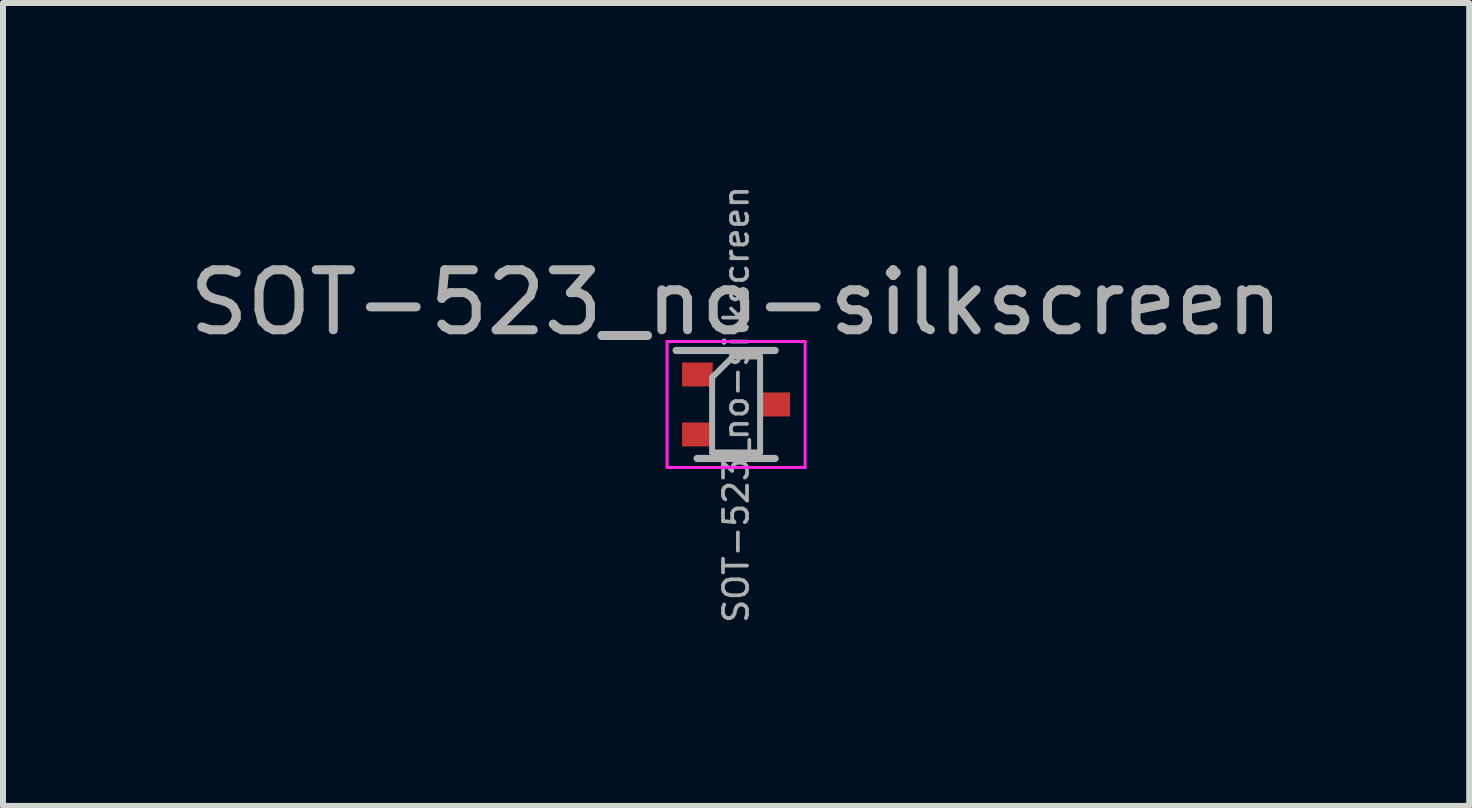
<source format=kicad_pcb>
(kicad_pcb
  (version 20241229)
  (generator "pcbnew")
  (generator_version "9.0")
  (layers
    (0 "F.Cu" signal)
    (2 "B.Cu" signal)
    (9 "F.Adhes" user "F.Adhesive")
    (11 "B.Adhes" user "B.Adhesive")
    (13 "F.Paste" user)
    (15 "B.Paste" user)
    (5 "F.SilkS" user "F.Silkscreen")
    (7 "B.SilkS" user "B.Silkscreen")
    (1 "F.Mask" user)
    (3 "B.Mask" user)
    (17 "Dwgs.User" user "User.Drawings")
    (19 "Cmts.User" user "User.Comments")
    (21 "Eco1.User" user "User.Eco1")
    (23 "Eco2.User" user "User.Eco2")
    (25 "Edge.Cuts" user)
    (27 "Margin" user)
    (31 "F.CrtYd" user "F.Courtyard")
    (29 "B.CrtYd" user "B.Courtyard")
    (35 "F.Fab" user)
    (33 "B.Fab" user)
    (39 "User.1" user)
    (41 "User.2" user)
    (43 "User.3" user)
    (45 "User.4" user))
  (footprint "SOT-523_no-silkscreen"
    (layer "F.Cu")
    (at 9.22 3.692)
    (property "Reference" "SOT-523_no-silkscreen" (at 0 -1.7 0) (layer "F.Fab") (effects (font (size 1 1) (thickness 0.15))))
    (attr smd)
    (fp_line (start -1.15 -1.05) (end -1.15 1.05) (stroke (width 0.05) (type solid)) (layer "F.CrtYd"))
    (fp_line (start -1.15 -1.05) (end 1.15 -1.05) (stroke (width 0.05) (type solid)) (layer "F.CrtYd"))
    (fp_line (start 1.15 1.05) (end -1.15 1.05) (stroke (width 0.05) (type solid)) (layer "F.CrtYd"))
    (fp_line (start 1.15 1.05) (end 1.15 -1.05) (stroke (width 0.05) (type solid)) (layer "F.CrtYd"))
    (fp_line (start -1 -0.9) (end 0.65 -0.9) (stroke (width 0.12) (type solid)) (layer "F.Fab"))
    (fp_line (start -0.4 -0.45) (end -0.4 0.8) (stroke (width 0.1) (type solid)) (layer "F.Fab"))
    (fp_line (start -0.4 -0.45) (end -0.05 -0.8) (stroke (width 0.1) (type solid)) (layer "F.Fab"))
    (fp_line (start -0.4 0.8) (end 0.4 0.8) (stroke (width 0.1) (type solid)) (layer "F.Fab"))
    (fp_line (start 0.4 -0.8) (end -0.05 -0.8) (stroke (width 0.1) (type solid)) (layer "F.Fab"))
    (fp_line (start 0.4 0.8) (end 0.4 -0.8) (stroke (width 0.1) (type solid)) (layer "F.Fab"))
    (fp_line (start 0.65 0.9) (end -0.65 0.9) (stroke (width 0.12) (type solid)) (layer "F.Fab"))
    (fp_text user "${REFERENCE}" (at 0 0 270) (layer "F.Fab") (effects (font (size 0.4 0.4) (thickness 0.062))))
    (pad "1" smd rect (at -0.645 -0.5 180) (size 0.51 0.4) (layers "F.Cu" "F.Mask" "F.Paste"))
    (pad "2" smd rect (at -0.645 0.5 180) (size 0.51 0.4) (layers "F.Cu" "F.Mask" "F.Paste"))
    (pad "3" smd rect (at 0.645 0 180) (size 0.51 0.4) (layers "F.Cu" "F.Mask" "F.Paste")))
  (gr_rect
    (start -3 -3)
    (end 21.44 10.384)
    (stroke (width 0.1) (type default))
    (fill no)
    (layer "Edge.Cuts")))
</source>
